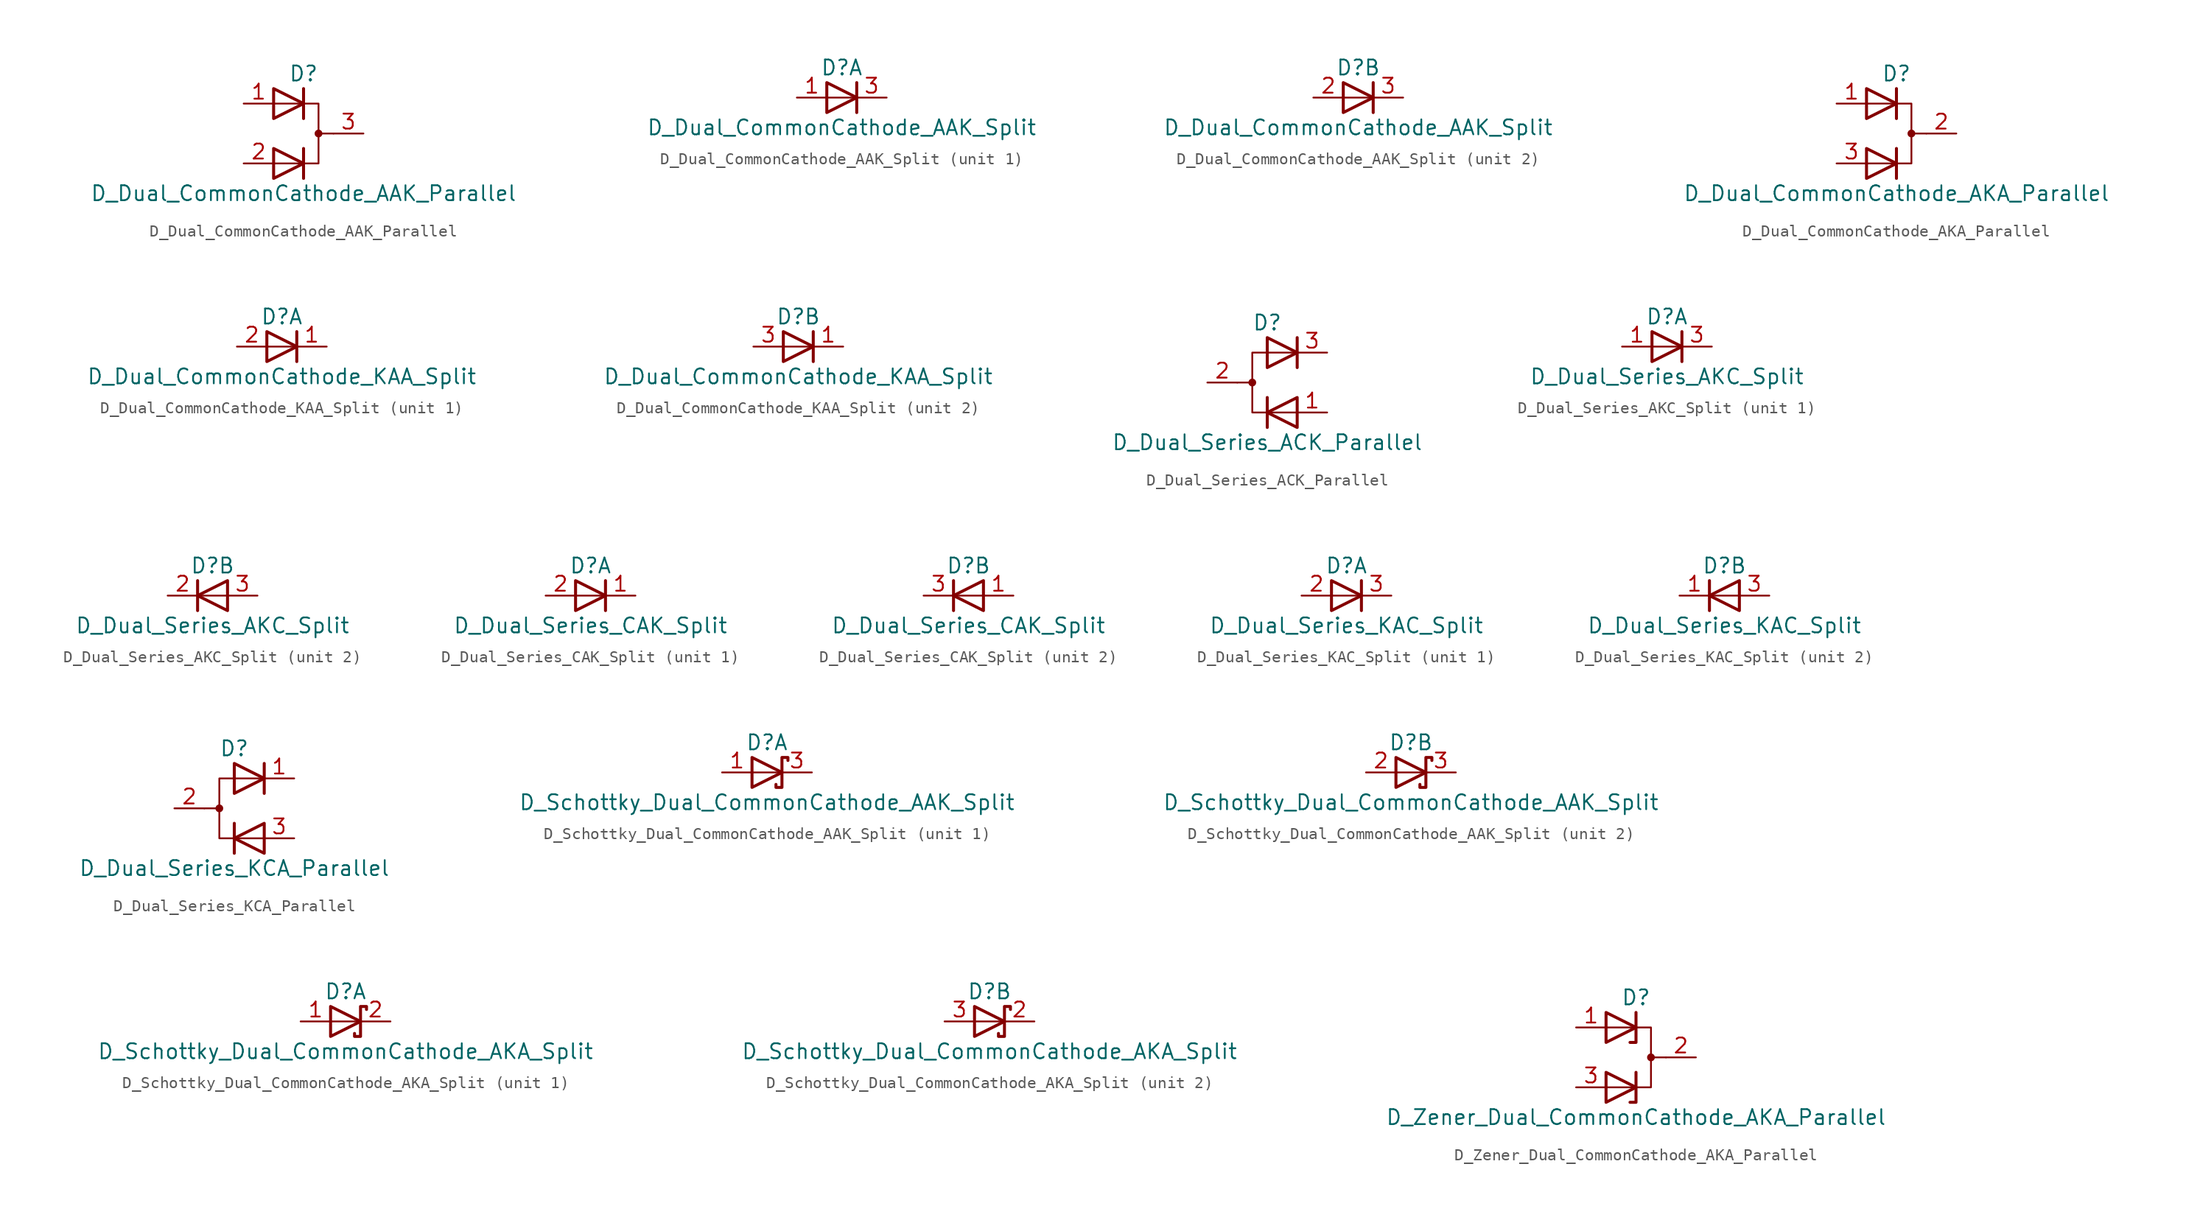
<source format=kicad_sym>
(kicad_symbol_lib
  (version 20231120)
  (generator "kicad_symbol_editor")
  (generator_version "8.0")
  (symbol "D_Dual_CommonCathode_AAK_Parallel"
    (pin_names
      (offset 0.762) hide)
    (property "Reference" "D"
      (at 0 5.08 0)
      (effects (font (size 1.27 1.27))))
    (property "Value" "D_Dual_CommonCathode_AAK_Parallel"
      (at 0 -5.08 0)
      (effects (font (size 1.27 1.27))))
    (symbol "D_Dual_CommonCathode_AAK_Parallel_0_0"
      (polyline (pts (xy 0 -1.27) (xy 0 -3.81)) (stroke (width 0.254) (type default)) (fill (type none)))
      (polyline (pts (xy 0 1.27) (xy 0 3.81)) (stroke (width 0.254) (type default)) (fill (type none))))
    (symbol "D_Dual_CommonCathode_AAK_Parallel_0_1"
      (polyline (pts (xy 1.27 0) (xy 2.54 0)) (stroke (width 0) (type default)) (fill (type none)))
      (polyline (pts (xy -2.54 -2.54) (xy 1.27 -2.54) (xy 1.27 2.54) (xy -2.54 2.54)) (stroke (width 0) (type default)) (fill (type none)))
      (polyline (pts (xy -2.54 -1.27) (xy 0 -2.54) (xy -2.54 -3.81) (xy -2.54 -1.27) (xy -2.54 -1.27) (xy -2.54 -1.27)) (stroke (width 0.254) (type default)) (fill (type none)))
      (polyline (pts (xy -2.54 3.81) (xy 0 2.54) (xy -2.54 1.27) (xy -2.54 3.81) (xy -2.54 3.81) (xy -2.54 3.81)) (stroke (width 0.254) (type default)) (fill (type none)))
      (circle (center 1.27 0) (radius 0.254) (stroke (width 0) (type default)) (fill (type outline)))
      (pin passive line (at -5.08 2.54 0) (length 2.54) (name "K" (effects (font (size 1.27 1.27)))) (number "1" (effects (font (size 1.27 1.27)))))
      (pin passive line (at -5.08 -2.54 0) (length 2.54) (name "K" (effects (font (size 1.27 1.27)))) (number "2" (effects (font (size 1.27 1.27)))))
      (pin passive line (at 5.08 0 180) (length 2.54) (name "A" (effects (font (size 1.27 1.27)))) (number "3" (effects (font (size 1.27 1.27)))))))
  (symbol "D_Dual_CommonCathode_AAK_Split"
    (pin_names
      (offset 0.762) hide)
    (property "Reference" "D"
      (at 0 2.54 0)
      (effects (font (size 1.27 1.27))))
    (property "Value" "D_Dual_CommonCathode_AAK_Split"
      (at 0 -2.54 0)
      (effects (font (size 1.27 1.27))))
    (property "ki_locked" ""
      (at 0 0 0)
      (effects (font (size 1.27 1.27))))
    (symbol "D_Dual_CommonCathode_AAK_Split_0_0"
      (polyline (pts (xy 1.27 0) (xy -1.27 0)) (stroke (width 0) (type default)) (fill (type none)))
      (polyline (pts (xy 1.27 1.27) (xy 1.27 -1.27)) (stroke (width 0.254) (type default)) (fill (type none))))
    (symbol "D_Dual_CommonCathode_AAK_Split_0_1"
      (polyline (pts (xy -1.27 1.27) (xy 1.27 0) (xy -1.27 -1.27) (xy -1.27 1.27) (xy -1.27 1.27) (xy -1.27 1.27)) (stroke (width 0.254) (type default)) (fill (type none)))
      (pin passive line (at 3.81 0 180) (length 2.54) (name "K" (effects (font (size 1.27 1.27)))) (number "3" (effects (font (size 1.27 1.27))))))
    (symbol "D_Dual_CommonCathode_AAK_Split_1_1"
      (pin passive line (at -3.81 0 0) (length 2.54) (name "A" (effects (font (size 1.27 1.27)))) (number "1" (effects (font (size 1.27 1.27))))))
    (symbol "D_Dual_CommonCathode_AAK_Split_2_1"
      (pin passive line (at -3.81 0 0) (length 2.54) (name "K" (effects (font (size 1.27 1.27)))) (number "2" (effects (font (size 1.27 1.27)))))))
  (symbol "D_Dual_CommonCathode_AKA_Parallel"
    (pin_names
      (offset 0.762) hide)
    (property "Reference" "D"
      (at 0 5.08 0)
      (effects (font (size 1.27 1.27))))
    (property "Value" "D_Dual_CommonCathode_AKA_Parallel"
      (at 0 -5.08 0)
      (effects (font (size 1.27 1.27))))
    (symbol "D_Dual_CommonCathode_AKA_Parallel_0_0"
      (polyline (pts (xy 0 -1.27) (xy 0 -3.81)) (stroke (width 0.254) (type default)) (fill (type none)))
      (polyline (pts (xy 0 3.81) (xy 0 1.27)) (stroke (width 0.254) (type default)) (fill (type none))))
    (symbol "D_Dual_CommonCathode_AKA_Parallel_0_1"
      (polyline (pts (xy 1.27 0) (xy 2.54 0)) (stroke (width 0) (type default)) (fill (type none)))
      (polyline (pts (xy -2.54 -2.54) (xy 1.27 -2.54) (xy 1.27 2.54) (xy -2.54 2.54)) (stroke (width 0) (type default)) (fill (type none)))
      (polyline (pts (xy -2.54 -1.27) (xy 0 -2.54) (xy -2.54 -3.81) (xy -2.54 -1.27) (xy -2.54 -1.27) (xy -2.54 -1.27)) (stroke (width 0.254) (type default)) (fill (type none)))
      (polyline (pts (xy -2.54 3.81) (xy 0 2.54) (xy -2.54 1.27) (xy -2.54 3.81) (xy -2.54 3.81) (xy -2.54 3.81)) (stroke (width 0.254) (type default)) (fill (type none)))
      (circle (center 1.27 0) (radius 0.254) (stroke (width 0) (type default)) (fill (type outline)))
      (pin passive line (at -5.08 2.54 0) (length 2.54) (name "K" (effects (font (size 1.27 1.27)))) (number "1" (effects (font (size 1.27 1.27)))))
      (pin passive line (at 5.08 0 180) (length 2.54) (name "A" (effects (font (size 1.27 1.27)))) (number "2" (effects (font (size 1.27 1.27)))))
      (pin passive line (at -5.08 -2.54 0) (length 2.54) (name "K" (effects (font (size 1.27 1.27)))) (number "3" (effects (font (size 1.27 1.27)))))))
  (symbol "D_Dual_CommonCathode_KAA_Split"
    (pin_names
      (offset 0.762) hide)
    (property "Reference" "D"
      (at 0 2.54 0)
      (effects (font (size 1.27 1.27))))
    (property "Value" "D_Dual_CommonCathode_KAA_Split"
      (at 0 -2.54 0)
      (effects (font (size 1.27 1.27))))
    (property "ki_locked" ""
      (at 0 0 0)
      (effects (font (size 1.27 1.27))))
    (symbol "D_Dual_CommonCathode_KAA_Split_0_0"
      (polyline (pts (xy 1.27 0) (xy -1.27 0)) (stroke (width 0) (type default)) (fill (type none))))
    (symbol "D_Dual_CommonCathode_KAA_Split_0_1"
      (polyline (pts (xy -1.27 1.27) (xy 1.27 0) (xy -1.27 -1.27) (xy -1.27 1.27) (xy -1.27 1.27) (xy -1.27 1.27)) (stroke (width 0.254) (type default)) (fill (type none)))
      (pin passive line (at 3.81 0 180) (length 2.54) (name "K" (effects (font (size 1.27 1.27)))) (number "1" (effects (font (size 1.27 1.27))))))
    (symbol "D_Dual_CommonCathode_KAA_Split_1_0"
      (polyline (pts (xy 1.27 1.27) (xy 1.27 -1.27)) (stroke (width 0.254) (type default)) (fill (type none))))
    (symbol "D_Dual_CommonCathode_KAA_Split_1_1"
      (pin passive line (at -3.81 0 0) (length 2.54) (name "A" (effects (font (size 1.27 1.27)))) (number "2" (effects (font (size 1.27 1.27))))))
    (symbol "D_Dual_CommonCathode_KAA_Split_2_0"
      (polyline (pts (xy 1.27 1.27) (xy 1.27 -1.27)) (stroke (width 0.254) (type default)) (fill (type none))))
    (symbol "D_Dual_CommonCathode_KAA_Split_2_1"
      (pin passive line (at -3.81 0 0) (length 2.54) (name "K" (effects (font (size 1.27 1.27)))) (number "3" (effects (font (size 1.27 1.27)))))))
  (symbol "D_Dual_Series_ACK_Parallel"
    (pin_names
      (offset 0.762) hide)
    (property "Reference" "D"
      (at 0 5.08 0)
      (effects (font (size 1.27 1.27))))
    (property "Value" "D_Dual_Series_ACK_Parallel"
      (at 0 -5.08 0)
      (effects (font (size 1.27 1.27))))
    (symbol "D_Dual_Series_ACK_Parallel_0_0"
      (polyline (pts (xy 0 -1.27) (xy 0 -3.81)) (stroke (width 0.254) (type default)) (fill (type none)))
      (polyline (pts (xy 2.54 3.81) (xy 2.54 1.27)) (stroke (width 0.254) (type default)) (fill (type none))))
    (symbol "D_Dual_Series_ACK_Parallel_0_1"
      (circle (center -1.27 0) (radius 0.254) (stroke (width 0) (type default)) (fill (type outline)))
      (polyline (pts (xy -1.27 0) (xy -2.54 0)) (stroke (width 0) (type default)) (fill (type none)))
      (polyline (pts (xy 2.54 2.54) (xy -1.27 2.54) (xy -1.27 -2.54) (xy 2.54 -2.54)) (stroke (width 0) (type default)) (fill (type none)))
      (polyline (pts (xy 0 3.81) (xy 2.54 2.54) (xy 0 1.27) (xy 0 3.81) (xy 0 3.81) (xy 0 3.81)) (stroke (width 0.254) (type default)) (fill (type none)))
      (polyline (pts (xy 2.54 -1.27) (xy 0 -2.54) (xy 2.54 -3.81) (xy 2.54 -1.27) (xy 2.54 -1.27) (xy 2.54 -1.27)) (stroke (width 0.254) (type default)) (fill (type none)))
      (pin passive line (at 5.08 -2.54 180) (length 2.54) (name "K" (effects (font (size 1.27 1.27)))) (number "1" (effects (font (size 1.27 1.27)))))
      (pin passive line (at -5.08 0 0) (length 2.54) (name "A" (effects (font (size 1.27 1.27)))) (number "2" (effects (font (size 1.27 1.27)))))
      (pin passive line (at 5.08 2.54 180) (length 2.54) (name "K" (effects (font (size 1.27 1.27)))) (number "3" (effects (font (size 1.27 1.27)))))))
  (symbol "D_Dual_Series_AKC_Split"
    (pin_names
      (offset 0.762) hide)
    (property "Reference" "D"
      (at 0 2.54 0)
      (effects (font (size 1.27 1.27))))
    (property "Value" "D_Dual_Series_AKC_Split"
      (at 0 -2.54 0)
      (effects (font (size 1.27 1.27))))
    (property "ki_locked" ""
      (at 0 0 0)
      (effects (font (size 1.27 1.27))))
    (symbol "D_Dual_Series_AKC_Split_0_1"
      (pin passive line (at 3.81 0 180) (length 2.54) (name "K" (effects (font (size 1.27 1.27)))) (number "3" (effects (font (size 1.27 1.27))))))
    (symbol "D_Dual_Series_AKC_Split_1_0"
      (polyline (pts (xy 1.27 1.27) (xy 1.27 -1.27)) (stroke (width 0.254) (type default)) (fill (type none))))
    (symbol "D_Dual_Series_AKC_Split_1_1"
      (polyline (pts (xy 1.27 0) (xy -1.27 0)) (stroke (width 0) (type default)) (fill (type none)))
      (polyline (pts (xy -1.27 1.27) (xy 1.27 0) (xy -1.27 -1.27) (xy -1.27 1.27) (xy -1.27 1.27) (xy -1.27 1.27)) (stroke (width 0.254) (type default)) (fill (type none)))
      (pin passive line (at -3.81 0 0) (length 2.54) (name "A" (effects (font (size 1.27 1.27)))) (number "1" (effects (font (size 1.27 1.27))))))
    (symbol "D_Dual_Series_AKC_Split_2_0"
      (polyline (pts (xy -1.27 1.27) (xy -1.27 -1.27)) (stroke (width 0.254) (type default)) (fill (type none))))
    (symbol "D_Dual_Series_AKC_Split_2_1"
      (polyline (pts (xy -1.27 0) (xy 1.27 0)) (stroke (width 0) (type default)) (fill (type none)))
      (polyline (pts (xy 1.27 1.27) (xy -1.27 0) (xy 1.27 -1.27) (xy 1.27 1.27) (xy 1.27 1.27) (xy 1.27 1.27)) (stroke (width 0.254) (type default)) (fill (type none)))
      (pin passive line (at -3.81 0 0) (length 2.54) (name "K" (effects (font (size 1.27 1.27)))) (number "2" (effects (font (size 1.27 1.27)))))))
  (symbol "D_Dual_Series_CAK_Split"
    (pin_names
      (offset 0.762) hide)
    (property "Reference" "D"
      (at 0 2.54 0)
      (effects (font (size 1.27 1.27))))
    (property "Value" "D_Dual_Series_CAK_Split"
      (at 0 -2.54 0)
      (effects (font (size 1.27 1.27))))
    (property "ki_locked" ""
      (at 0 0 0)
      (effects (font (size 1.27 1.27))))
    (symbol "D_Dual_Series_CAK_Split_0_1"
      (pin passive line (at 3.81 0 180) (length 2.54) (name "K" (effects (font (size 1.27 1.27)))) (number "1" (effects (font (size 1.27 1.27))))))
    (symbol "D_Dual_Series_CAK_Split_1_0"
      (polyline (pts (xy 1.27 1.27) (xy 1.27 -1.27)) (stroke (width 0.254) (type default)) (fill (type none))))
    (symbol "D_Dual_Series_CAK_Split_1_1"
      (polyline (pts (xy 1.27 0) (xy -1.27 0)) (stroke (width 0) (type default)) (fill (type none)))
      (polyline (pts (xy -1.27 1.27) (xy 1.27 0) (xy -1.27 -1.27) (xy -1.27 1.27) (xy -1.27 1.27) (xy -1.27 1.27)) (stroke (width 0.254) (type default)) (fill (type none)))
      (pin passive line (at -3.81 0 0) (length 2.54) (name "A" (effects (font (size 1.27 1.27)))) (number "2" (effects (font (size 1.27 1.27))))))
    (symbol "D_Dual_Series_CAK_Split_2_0"
      (polyline (pts (xy -1.27 1.27) (xy -1.27 -1.27)) (stroke (width 0.254) (type default)) (fill (type none))))
    (symbol "D_Dual_Series_CAK_Split_2_1"
      (polyline (pts (xy -1.27 0) (xy 1.27 0)) (stroke (width 0) (type default)) (fill (type none)))
      (polyline (pts (xy 1.27 1.27) (xy -1.27 0) (xy 1.27 -1.27) (xy 1.27 1.27) (xy 1.27 1.27) (xy 1.27 1.27)) (stroke (width 0.254) (type default)) (fill (type none)))
      (pin passive line (at -3.81 0 0) (length 2.54) (name "K" (effects (font (size 1.27 1.27)))) (number "3" (effects (font (size 1.27 1.27)))))))
  (symbol "D_Dual_Series_KAC_Split"
    (pin_names
      (offset 0.762) hide)
    (property "Reference" "D"
      (at 0 2.54 0)
      (effects (font (size 1.27 1.27))))
    (property "Value" "D_Dual_Series_KAC_Split"
      (at 0 -2.54 0)
      (effects (font (size 1.27 1.27))))
    (property "ki_locked" ""
      (at 0 0 0)
      (effects (font (size 1.27 1.27))))
    (symbol "D_Dual_Series_KAC_Split_0_1"
      (pin passive line (at 3.81 0 180) (length 2.54) (name "K" (effects (font (size 1.27 1.27)))) (number "3" (effects (font (size 1.27 1.27))))))
    (symbol "D_Dual_Series_KAC_Split_1_0"
      (polyline (pts (xy 1.27 1.27) (xy 1.27 -1.27)) (stroke (width 0.254) (type default)) (fill (type none))))
    (symbol "D_Dual_Series_KAC_Split_1_1"
      (polyline (pts (xy 1.27 0) (xy -1.27 0)) (stroke (width 0) (type default)) (fill (type none)))
      (polyline (pts (xy -1.27 1.27) (xy 1.27 0) (xy -1.27 -1.27) (xy -1.27 1.27) (xy -1.27 1.27) (xy -1.27 1.27)) (stroke (width 0.254) (type default)) (fill (type none)))
      (pin passive line (at -3.81 0 0) (length 2.54) (name "A" (effects (font (size 1.27 1.27)))) (number "2" (effects (font (size 1.27 1.27))))))
    (symbol "D_Dual_Series_KAC_Split_2_0"
      (polyline (pts (xy -1.27 1.27) (xy -1.27 -1.27)) (stroke (width 0.254) (type default)) (fill (type none))))
    (symbol "D_Dual_Series_KAC_Split_2_1"
      (polyline (pts (xy -1.27 0) (xy 1.27 0)) (stroke (width 0) (type default)) (fill (type none)))
      (polyline (pts (xy 1.27 1.27) (xy -1.27 0) (xy 1.27 -1.27) (xy 1.27 1.27) (xy 1.27 1.27) (xy 1.27 1.27)) (stroke (width 0.254) (type default)) (fill (type none)))
      (pin passive line (at -3.81 0 0) (length 2.54) (name "K" (effects (font (size 1.27 1.27)))) (number "1" (effects (font (size 1.27 1.27)))))))
  (symbol "D_Dual_Series_KCA_Parallel"
    (pin_names
      (offset 0.762) hide)
    (property "Reference" "D"
      (at 0 5.08 0)
      (effects (font (size 1.27 1.27))))
    (property "Value" "D_Dual_Series_KCA_Parallel"
      (at 0 -5.08 0)
      (effects (font (size 1.27 1.27))))
    (symbol "D_Dual_Series_KCA_Parallel_0_0"
      (polyline (pts (xy 0 -1.27) (xy 0 -3.81)) (stroke (width 0.254) (type default)) (fill (type none)))
      (polyline (pts (xy 2.54 3.81) (xy 2.54 1.27)) (stroke (width 0.254) (type default)) (fill (type none))))
    (symbol "D_Dual_Series_KCA_Parallel_0_1"
      (circle (center -1.27 0) (radius 0.254) (stroke (width 0) (type default)) (fill (type outline)))
      (polyline (pts (xy -1.27 0) (xy -2.54 0)) (stroke (width 0) (type default)) (fill (type none)))
      (polyline (pts (xy 2.54 2.54) (xy -1.27 2.54) (xy -1.27 -2.54) (xy 2.54 -2.54)) (stroke (width 0) (type default)) (fill (type none)))
      (polyline (pts (xy 0 3.81) (xy 2.54 2.54) (xy 0 1.27) (xy 0 3.81) (xy 0 3.81) (xy 0 3.81)) (stroke (width 0.254) (type default)) (fill (type none)))
      (polyline (pts (xy 2.54 -1.27) (xy 0 -2.54) (xy 2.54 -3.81) (xy 2.54 -1.27) (xy 2.54 -1.27) (xy 2.54 -1.27)) (stroke (width 0.254) (type default)) (fill (type none)))
      (pin passive line (at 5.08 2.54 180) (length 2.54) (name "K" (effects (font (size 1.27 1.27)))) (number "1" (effects (font (size 1.27 1.27)))))
      (pin passive line (at -5.08 0 0) (length 2.54) (name "A" (effects (font (size 1.27 1.27)))) (number "2" (effects (font (size 1.27 1.27)))))
      (pin passive line (at 5.08 -2.54 180) (length 2.54) (name "K" (effects (font (size 1.27 1.27)))) (number "3" (effects (font (size 1.27 1.27)))))))
  (symbol "D_Schottky_Dual_CommonCathode_AAK_Split"
    (pin_names
      (offset 0.762) hide)
    (property "Reference" "D"
      (at 0 2.54 0)
      (effects (font (size 1.27 1.27))))
    (property "Value" "D_Schottky_Dual_CommonCathode_AAK_Split"
      (at 0 -2.54 0)
      (effects (font (size 1.27 1.27))))
    (property "ki_locked" ""
      (at 0 0 0)
      (effects (font (size 1.27 1.27))))
    (symbol "D_Schottky_Dual_CommonCathode_AAK_Split_0_1"
      (polyline (pts (xy 1.27 0) (xy -1.27 0)) (stroke (width 0) (type default)) (fill (type none)))
      (polyline (pts (xy -1.27 1.27) (xy 1.27 0) (xy -1.27 -1.27) (xy -1.27 1.27) (xy -1.27 1.27) (xy -1.27 1.27)) (stroke (width 0.254) (type default)) (fill (type none)))
      (polyline (pts (xy 1.778 1.016) (xy 1.778 1.27) (xy 1.27 1.27) (xy 1.27 -1.27) (xy 0.762 -1.27) (xy 0.762 -1.016)) (stroke (width 0.254) (type default)) (fill (type none)))
      (pin passive line (at 3.81 0 180) (length 2.54) (name "K" (effects (font (size 1.27 1.27)))) (number "3" (effects (font (size 1.27 1.27))))))
    (symbol "D_Schottky_Dual_CommonCathode_AAK_Split_1_1"
      (pin passive line (at -3.81 0 0) (length 2.54) (name "A" (effects (font (size 1.27 1.27)))) (number "1" (effects (font (size 1.27 1.27))))))
    (symbol "D_Schottky_Dual_CommonCathode_AAK_Split_2_1"
      (pin passive line (at -3.81 0 0) (length 2.54) (name "K" (effects (font (size 1.27 1.27)))) (number "2" (effects (font (size 1.27 1.27)))))))
  (symbol "D_Schottky_Dual_CommonCathode_AKA_Split"
    (pin_names
      (offset 0.762) hide)
    (property "Reference" "D"
      (at 0 2.54 0)
      (effects (font (size 1.27 1.27))))
    (property "Value" "D_Schottky_Dual_CommonCathode_AKA_Split"
      (at 0 -2.54 0)
      (effects (font (size 1.27 1.27))))
    (property "ki_locked" ""
      (at 0 0 0)
      (effects (font (size 1.27 1.27))))
    (symbol "D_Schottky_Dual_CommonCathode_AKA_Split_0_1"
      (polyline (pts (xy 1.27 0) (xy -1.27 0)) (stroke (width 0) (type default)) (fill (type none)))
      (polyline (pts (xy -1.27 1.27) (xy 1.27 0) (xy -1.27 -1.27) (xy -1.27 1.27) (xy -1.27 1.27) (xy -1.27 1.27)) (stroke (width 0.254) (type default)) (fill (type none)))
      (polyline (pts (xy 1.778 1.016) (xy 1.778 1.27) (xy 1.27 1.27) (xy 1.27 -1.27) (xy 0.762 -1.27) (xy 0.762 -1.016)) (stroke (width 0.254) (type default)) (fill (type none)))
      (pin passive line (at 3.81 0 180) (length 2.54) (name "K" (effects (font (size 1.27 1.27)))) (number "2" (effects (font (size 1.27 1.27))))))
    (symbol "D_Schottky_Dual_CommonCathode_AKA_Split_1_1"
      (pin passive line (at -3.81 0 0) (length 2.54) (name "A" (effects (font (size 1.27 1.27)))) (number "1" (effects (font (size 1.27 1.27))))))
    (symbol "D_Schottky_Dual_CommonCathode_AKA_Split_2_1"
      (pin passive line (at -3.81 0 0) (length 2.54) (name "K" (effects (font (size 1.27 1.27)))) (number "3" (effects (font (size 1.27 1.27)))))))
  (symbol "D_Zener_Dual_CommonCathode_AKA_Parallel"
    (pin_names
      (offset 0.762) hide)
    (property "Reference" "D"
      (at 0 5.08 0)
      (effects (font (size 1.27 1.27))))
    (property "Value" "D_Zener_Dual_CommonCathode_AKA_Parallel"
      (at 0 -5.08 0)
      (effects (font (size 1.27 1.27))))
    (symbol "D_Zener_Dual_CommonCathode_AKA_Parallel_0_0"
      (polyline (pts (xy 0 -1.27) (xy 0 -3.81) (xy -0.508 -3.81)) (stroke (width 0.254) (type default)) (fill (type none)))
      (polyline (pts (xy 0 3.81) (xy 0 1.27) (xy -0.508 1.27)) (stroke (width 0.254) (type default)) (fill (type none))))
    (symbol "D_Zener_Dual_CommonCathode_AKA_Parallel_0_1"
      (polyline (pts (xy 1.27 0) (xy 2.54 0)) (stroke (width 0) (type default)) (fill (type none)))
      (polyline (pts (xy -2.54 -2.54) (xy 1.27 -2.54) (xy 1.27 2.54) (xy -2.54 2.54)) (stroke (width 0) (type default)) (fill (type none)))
      (polyline (pts (xy -2.54 -1.27) (xy 0 -2.54) (xy -2.54 -3.81) (xy -2.54 -1.27) (xy -2.54 -1.27) (xy -2.54 -1.27)) (stroke (width 0.254) (type default)) (fill (type none)))
      (polyline (pts (xy -2.54 3.81) (xy 0 2.54) (xy -2.54 1.27) (xy -2.54 3.81) (xy -2.54 3.81) (xy -2.54 3.81)) (stroke (width 0.254) (type default)) (fill (type none)))
      (circle (center 1.27 0) (radius 0.254) (stroke (width 0) (type default)) (fill (type outline)))
      (pin passive line (at -5.08 2.54 0) (length 2.54) (name "K" (effects (font (size 1.27 1.27)))) (number "1" (effects (font (size 1.27 1.27)))))
      (pin passive line (at 5.08 0 180) (length 2.54) (name "A" (effects (font (size 1.27 1.27)))) (number "2" (effects (font (size 1.27 1.27)))))
      (pin passive line (at -5.08 -2.54 0) (length 2.54) (name "K" (effects (font (size 1.27 1.27)))) (number "3" (effects (font (size 1.27 1.27))))))))
</source>
